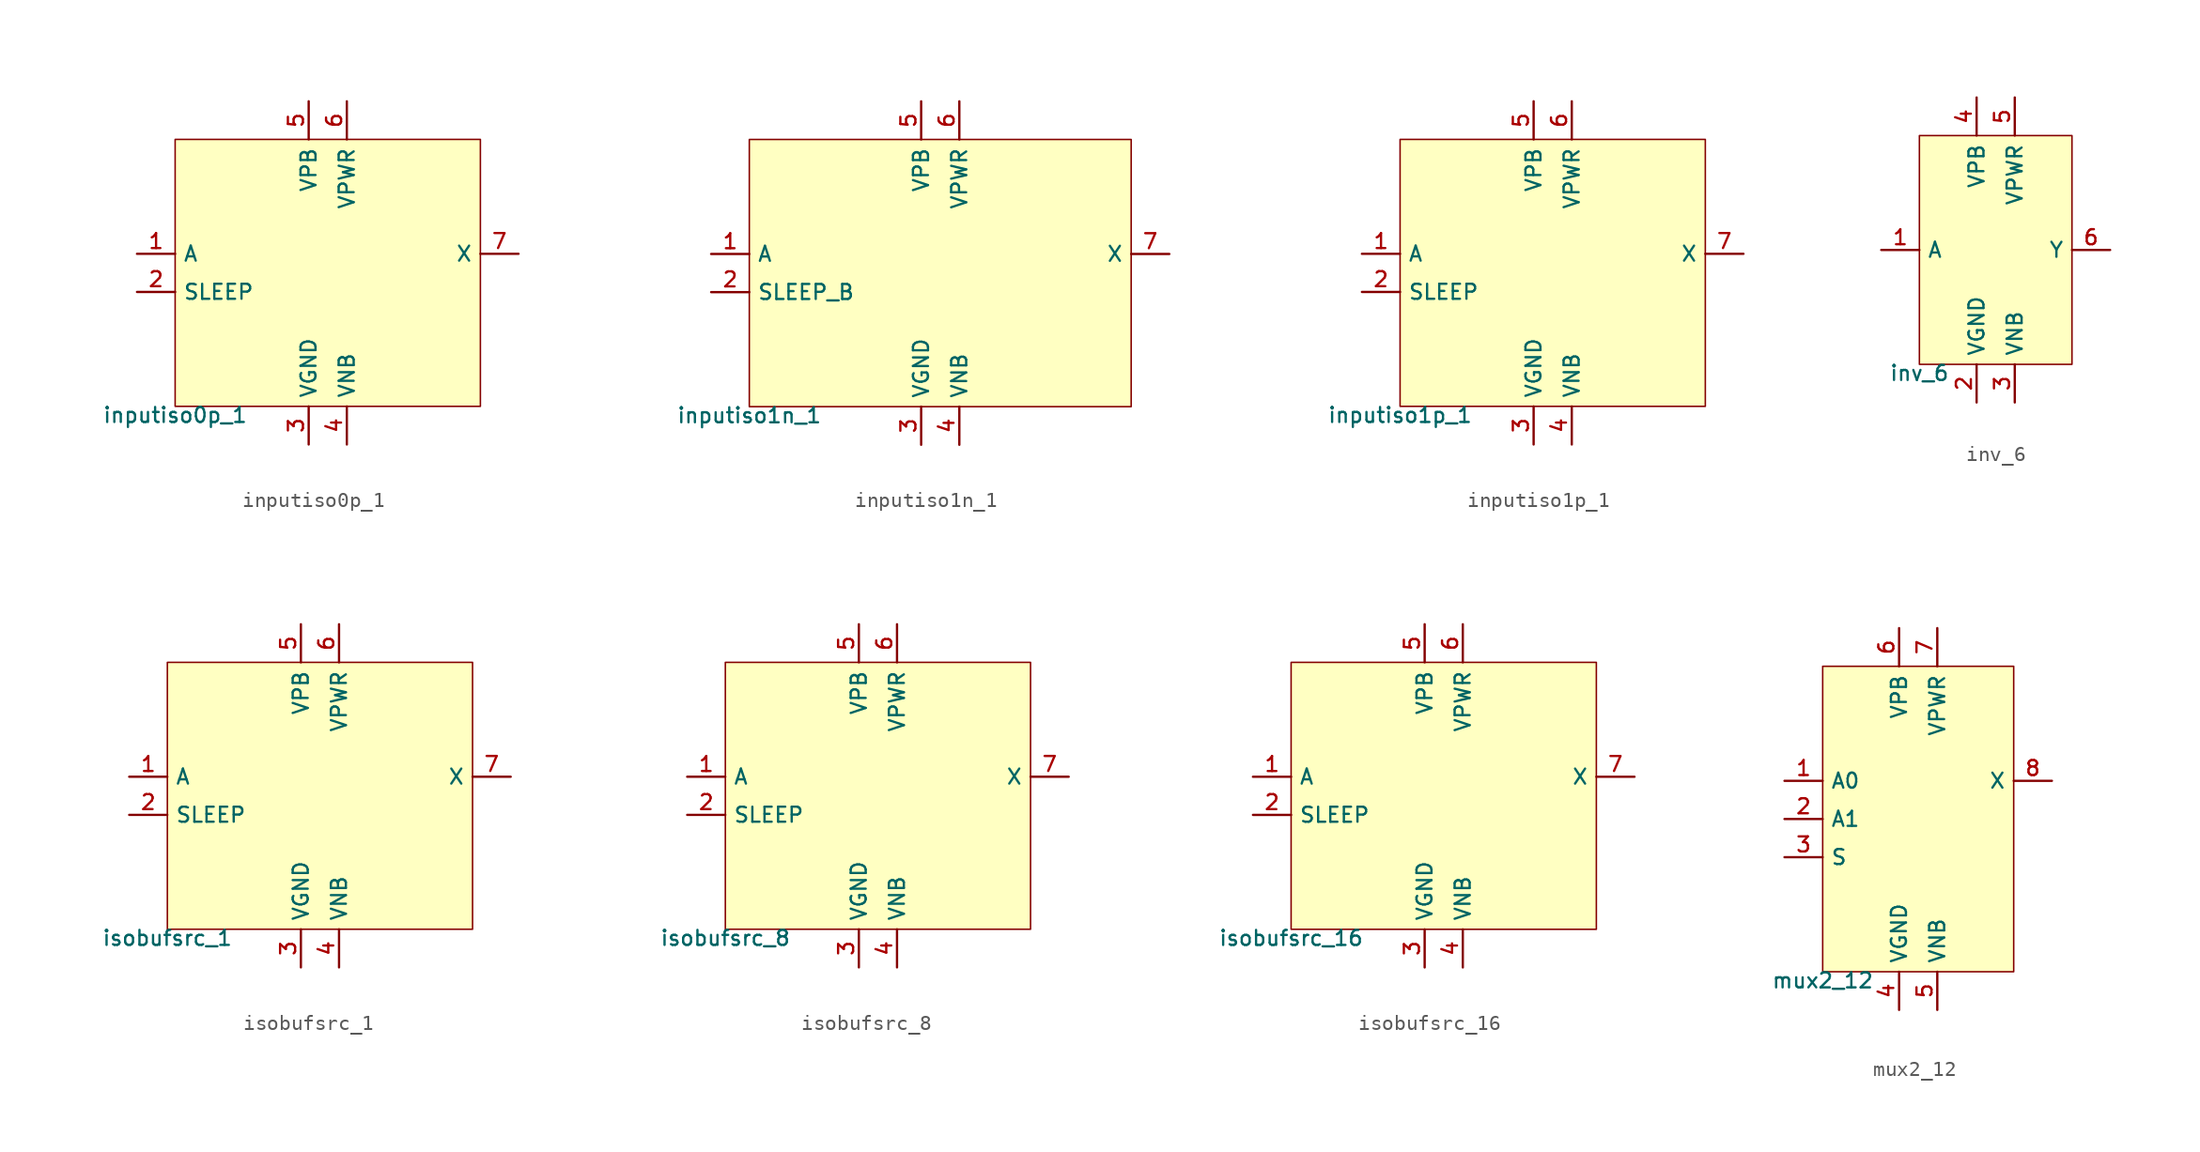
<source format=kicad_sym>
(kicad_symbol_lib
  (version 20211014)
  (generator pdk2kicad)
  (symbol "inputiso0p_1"
    (property "Reference" "X"
      (at 0 0 0)
      (effects (font (size 1 1)) hide))
    (property "Value" "inputiso0p_1"
      (at -10.16 -8.89 0)
      (effects (font (size 1 1)) (justify top)))
    (rectangle
      (start -10.16 -8.89)
      (end 10.16 8.89)
      (stroke (width 0.1) (type solid) (color 0 0 0 0))
      (fill (type background)))
    (pin input line
      (at -12.7 1.27 0)
      (length 2.54)
      (name "A" (effects (font (size 1 1)) hide))
      (number "1" (effects (font (size 1 1)) hide)))
    (pin input line
      (at -12.7 -1.27 0)
      (length 2.54)
      (name "SLEEP" (effects (font (size 1 1)) hide))
      (number "2" (effects (font (size 1 1)) hide)))
    (pin power_in line
      (at -1.27 -11.43 90)
      (length 2.54)
      (name "VGND" (effects (font (size 1 1)) hide))
      (number "3" (effects (font (size 1 1)) hide)))
    (pin power_in line
      (at 1.27 -11.43 90)
      (length 2.54)
      (name "VNB" (effects (font (size 1 1)) hide))
      (number "4" (effects (font (size 1 1)) hide)))
    (pin power_in line
      (at -1.27 11.43 270)
      (length 2.54)
      (name "VPB" (effects (font (size 1 1)) hide))
      (number "5" (effects (font (size 1 1)) hide)))
    (pin power_in line
      (at 1.27 11.43 270)
      (length 2.54)
      (name "VPWR" (effects (font (size 1 1)) hide))
      (number "6" (effects (font (size 1 1)) hide)))
    (pin output line
      (at 12.7 1.27 180)
      (length 2.54)
      (name "X" (effects (font (size 1 1)) hide))
      (number "7" (effects (font (size 1 1)) hide))))
  (symbol "inputiso1n_1"
    (property "Reference" "X"
      (at 0 0 0)
      (effects (font (size 1 1)) hide))
    (property "Value" "inputiso1n_1"
      (at -12.7 -8.89 0)
      (effects (font (size 1 1)) (justify top)))
    (rectangle
      (start -12.7 -8.89)
      (end 12.7 8.89)
      (stroke (width 0.1) (type solid) (color 0 0 0 0))
      (fill (type background)))
    (pin input line
      (at -15.24 1.27 0)
      (length 2.54)
      (name "A" (effects (font (size 1 1)) hide))
      (number "1" (effects (font (size 1 1)) hide)))
    (pin input line
      (at -15.24 -1.27 0)
      (length 2.54)
      (name "SLEEP_B" (effects (font (size 1 1)) hide))
      (number "2" (effects (font (size 1 1)) hide)))
    (pin power_in line
      (at -1.27 -11.43 90)
      (length 2.54)
      (name "VGND" (effects (font (size 1 1)) hide))
      (number "3" (effects (font (size 1 1)) hide)))
    (pin power_in line
      (at 1.27 -11.43 90)
      (length 2.54)
      (name "VNB" (effects (font (size 1 1)) hide))
      (number "4" (effects (font (size 1 1)) hide)))
    (pin power_in line
      (at -1.27 11.43 270)
      (length 2.54)
      (name "VPB" (effects (font (size 1 1)) hide))
      (number "5" (effects (font (size 1 1)) hide)))
    (pin power_in line
      (at 1.27 11.43 270)
      (length 2.54)
      (name "VPWR" (effects (font (size 1 1)) hide))
      (number "6" (effects (font (size 1 1)) hide)))
    (pin output line
      (at 15.24 1.27 180)
      (length 2.54)
      (name "X" (effects (font (size 1 1)) hide))
      (number "7" (effects (font (size 1 1)) hide))))
  (symbol "inputiso1p_1"
    (property "Reference" "X"
      (at 0 0 0)
      (effects (font (size 1 1)) hide))
    (property "Value" "inputiso1p_1"
      (at -10.16 -8.89 0)
      (effects (font (size 1 1)) (justify top)))
    (rectangle
      (start -10.16 -8.89)
      (end 10.16 8.89)
      (stroke (width 0.1) (type solid) (color 0 0 0 0))
      (fill (type background)))
    (pin input line
      (at -12.7 1.27 0)
      (length 2.54)
      (name "A" (effects (font (size 1 1)) hide))
      (number "1" (effects (font (size 1 1)) hide)))
    (pin input line
      (at -12.7 -1.27 0)
      (length 2.54)
      (name "SLEEP" (effects (font (size 1 1)) hide))
      (number "2" (effects (font (size 1 1)) hide)))
    (pin power_in line
      (at -1.27 -11.43 90)
      (length 2.54)
      (name "VGND" (effects (font (size 1 1)) hide))
      (number "3" (effects (font (size 1 1)) hide)))
    (pin power_in line
      (at 1.27 -11.43 90)
      (length 2.54)
      (name "VNB" (effects (font (size 1 1)) hide))
      (number "4" (effects (font (size 1 1)) hide)))
    (pin power_in line
      (at -1.27 11.43 270)
      (length 2.54)
      (name "VPB" (effects (font (size 1 1)) hide))
      (number "5" (effects (font (size 1 1)) hide)))
    (pin power_in line
      (at 1.27 11.43 270)
      (length 2.54)
      (name "VPWR" (effects (font (size 1 1)) hide))
      (number "6" (effects (font (size 1 1)) hide)))
    (pin output line
      (at 12.7 1.27 180)
      (length 2.54)
      (name "X" (effects (font (size 1 1)) hide))
      (number "7" (effects (font (size 1 1)) hide))))
  (symbol "inv_6"
    (property "Reference" "X"
      (at 0 0 0)
      (effects (font (size 1 1)) hide))
    (property "Value" "inv_6"
      (at -5.08 -7.62 0)
      (effects (font (size 1 1)) (justify top)))
    (rectangle
      (start -5.08 -7.62)
      (end 5.08 7.62)
      (stroke (width 0.1) (type solid) (color 0 0 0 0))
      (fill (type background)))
    (pin input line
      (at -7.62 0.0 0)
      (length 2.54)
      (name "A" (effects (font (size 1 1)) hide))
      (number "1" (effects (font (size 1 1)) hide)))
    (pin power_in line
      (at -1.27 -10.16 90)
      (length 2.54)
      (name "VGND" (effects (font (size 1 1)) hide))
      (number "2" (effects (font (size 1 1)) hide)))
    (pin power_in line
      (at 1.27 -10.16 90)
      (length 2.54)
      (name "VNB" (effects (font (size 1 1)) hide))
      (number "3" (effects (font (size 1 1)) hide)))
    (pin power_in line
      (at -1.27 10.16 270)
      (length 2.54)
      (name "VPB" (effects (font (size 1 1)) hide))
      (number "4" (effects (font (size 1 1)) hide)))
    (pin power_in line
      (at 1.27 10.16 270)
      (length 2.54)
      (name "VPWR" (effects (font (size 1 1)) hide))
      (number "5" (effects (font (size 1 1)) hide)))
    (pin output line
      (at 7.62 0.0 180)
      (length 2.54)
      (name "Y" (effects (font (size 1 1)) hide))
      (number "6" (effects (font (size 1 1)) hide))))
  (symbol "isobufsrc_1"
    (property "Reference" "X"
      (at 0 0 0)
      (effects (font (size 1 1)) hide))
    (property "Value" "isobufsrc_1"
      (at -10.16 -8.89 0)
      (effects (font (size 1 1)) (justify top)))
    (rectangle
      (start -10.16 -8.89)
      (end 10.16 8.89)
      (stroke (width 0.1) (type solid) (color 0 0 0 0))
      (fill (type background)))
    (pin input line
      (at -12.7 1.27 0)
      (length 2.54)
      (name "A" (effects (font (size 1 1)) hide))
      (number "1" (effects (font (size 1 1)) hide)))
    (pin input line
      (at -12.7 -1.27 0)
      (length 2.54)
      (name "SLEEP" (effects (font (size 1 1)) hide))
      (number "2" (effects (font (size 1 1)) hide)))
    (pin power_in line
      (at -1.27 -11.43 90)
      (length 2.54)
      (name "VGND" (effects (font (size 1 1)) hide))
      (number "3" (effects (font (size 1 1)) hide)))
    (pin power_in line
      (at 1.27 -11.43 90)
      (length 2.54)
      (name "VNB" (effects (font (size 1 1)) hide))
      (number "4" (effects (font (size 1 1)) hide)))
    (pin power_in line
      (at -1.27 11.43 270)
      (length 2.54)
      (name "VPB" (effects (font (size 1 1)) hide))
      (number "5" (effects (font (size 1 1)) hide)))
    (pin power_in line
      (at 1.27 11.43 270)
      (length 2.54)
      (name "VPWR" (effects (font (size 1 1)) hide))
      (number "6" (effects (font (size 1 1)) hide)))
    (pin output line
      (at 12.7 1.27 180)
      (length 2.54)
      (name "X" (effects (font (size 1 1)) hide))
      (number "7" (effects (font (size 1 1)) hide))))
  (symbol "isobufsrc_8"
    (property "Reference" "X"
      (at 0 0 0)
      (effects (font (size 1 1)) hide))
    (property "Value" "isobufsrc_8"
      (at -10.16 -8.89 0)
      (effects (font (size 1 1)) (justify top)))
    (rectangle
      (start -10.16 -8.89)
      (end 10.16 8.89)
      (stroke (width 0.1) (type solid) (color 0 0 0 0))
      (fill (type background)))
    (pin input line
      (at -12.7 1.27 0)
      (length 2.54)
      (name "A" (effects (font (size 1 1)) hide))
      (number "1" (effects (font (size 1 1)) hide)))
    (pin input line
      (at -12.7 -1.27 0)
      (length 2.54)
      (name "SLEEP" (effects (font (size 1 1)) hide))
      (number "2" (effects (font (size 1 1)) hide)))
    (pin power_in line
      (at -1.27 -11.43 90)
      (length 2.54)
      (name "VGND" (effects (font (size 1 1)) hide))
      (number "3" (effects (font (size 1 1)) hide)))
    (pin power_in line
      (at 1.27 -11.43 90)
      (length 2.54)
      (name "VNB" (effects (font (size 1 1)) hide))
      (number "4" (effects (font (size 1 1)) hide)))
    (pin power_in line
      (at -1.27 11.43 270)
      (length 2.54)
      (name "VPB" (effects (font (size 1 1)) hide))
      (number "5" (effects (font (size 1 1)) hide)))
    (pin power_in line
      (at 1.27 11.43 270)
      (length 2.54)
      (name "VPWR" (effects (font (size 1 1)) hide))
      (number "6" (effects (font (size 1 1)) hide)))
    (pin output line
      (at 12.7 1.27 180)
      (length 2.54)
      (name "X" (effects (font (size 1 1)) hide))
      (number "7" (effects (font (size 1 1)) hide))))
  (symbol "isobufsrc_16"
    (property "Reference" "X"
      (at 0 0 0)
      (effects (font (size 1 1)) hide))
    (property "Value" "isobufsrc_16"
      (at -10.16 -8.89 0)
      (effects (font (size 1 1)) (justify top)))
    (rectangle
      (start -10.16 -8.89)
      (end 10.16 8.89)
      (stroke (width 0.1) (type solid) (color 0 0 0 0))
      (fill (type background)))
    (pin input line
      (at -12.7 1.27 0)
      (length 2.54)
      (name "A" (effects (font (size 1 1)) hide))
      (number "1" (effects (font (size 1 1)) hide)))
    (pin input line
      (at -12.7 -1.27 0)
      (length 2.54)
      (name "SLEEP" (effects (font (size 1 1)) hide))
      (number "2" (effects (font (size 1 1)) hide)))
    (pin power_in line
      (at -1.27 -11.43 90)
      (length 2.54)
      (name "VGND" (effects (font (size 1 1)) hide))
      (number "3" (effects (font (size 1 1)) hide)))
    (pin power_in line
      (at 1.27 -11.43 90)
      (length 2.54)
      (name "VNB" (effects (font (size 1 1)) hide))
      (number "4" (effects (font (size 1 1)) hide)))
    (pin power_in line
      (at -1.27 11.43 270)
      (length 2.54)
      (name "VPB" (effects (font (size 1 1)) hide))
      (number "5" (effects (font (size 1 1)) hide)))
    (pin power_in line
      (at 1.27 11.43 270)
      (length 2.54)
      (name "VPWR" (effects (font (size 1 1)) hide))
      (number "6" (effects (font (size 1 1)) hide)))
    (pin output line
      (at 12.7 1.27 180)
      (length 2.54)
      (name "X" (effects (font (size 1 1)) hide))
      (number "7" (effects (font (size 1 1)) hide))))
  (symbol "mux2_12"
    (property "Reference" "X"
      (at 0 0 0)
      (effects (font (size 1 1)) hide))
    (property "Value" "mux2_12"
      (at -6.35 -10.16 0)
      (effects (font (size 1 1)) (justify top)))
    (rectangle
      (start -6.35 -10.16)
      (end 6.35 10.16)
      (stroke (width 0.1) (type solid) (color 0 0 0 0))
      (fill (type background)))
    (pin input line
      (at -8.89 2.54 0)
      (length 2.54)
      (name "A0" (effects (font (size 1 1)) hide))
      (number "1" (effects (font (size 1 1)) hide)))
    (pin input line
      (at -8.89 0.0 0)
      (length 2.54)
      (name "A1" (effects (font (size 1 1)) hide))
      (number "2" (effects (font (size 1 1)) hide)))
    (pin input line
      (at -8.89 -2.54 0)
      (length 2.54)
      (name "S" (effects (font (size 1 1)) hide))
      (number "3" (effects (font (size 1 1)) hide)))
    (pin power_in line
      (at -1.27 -12.7 90)
      (length 2.54)
      (name "VGND" (effects (font (size 1 1)) hide))
      (number "4" (effects (font (size 1 1)) hide)))
    (pin power_in line
      (at 1.27 -12.7 90)
      (length 2.54)
      (name "VNB" (effects (font (size 1 1)) hide))
      (number "5" (effects (font (size 1 1)) hide)))
    (pin power_in line
      (at -1.27 12.7 270)
      (length 2.54)
      (name "VPB" (effects (font (size 1 1)) hide))
      (number "6" (effects (font (size 1 1)) hide)))
    (pin power_in line
      (at 1.27 12.7 270)
      (length 2.54)
      (name "VPWR" (effects (font (size 1 1)) hide))
      (number "7" (effects (font (size 1 1)) hide)))
    (pin output line
      (at 8.89 2.54 180)
      (length 2.54)
      (name "X" (effects (font (size 1 1)) hide))
      (number "8" (effects (font (size 1 1)) hide)))))
</source>
